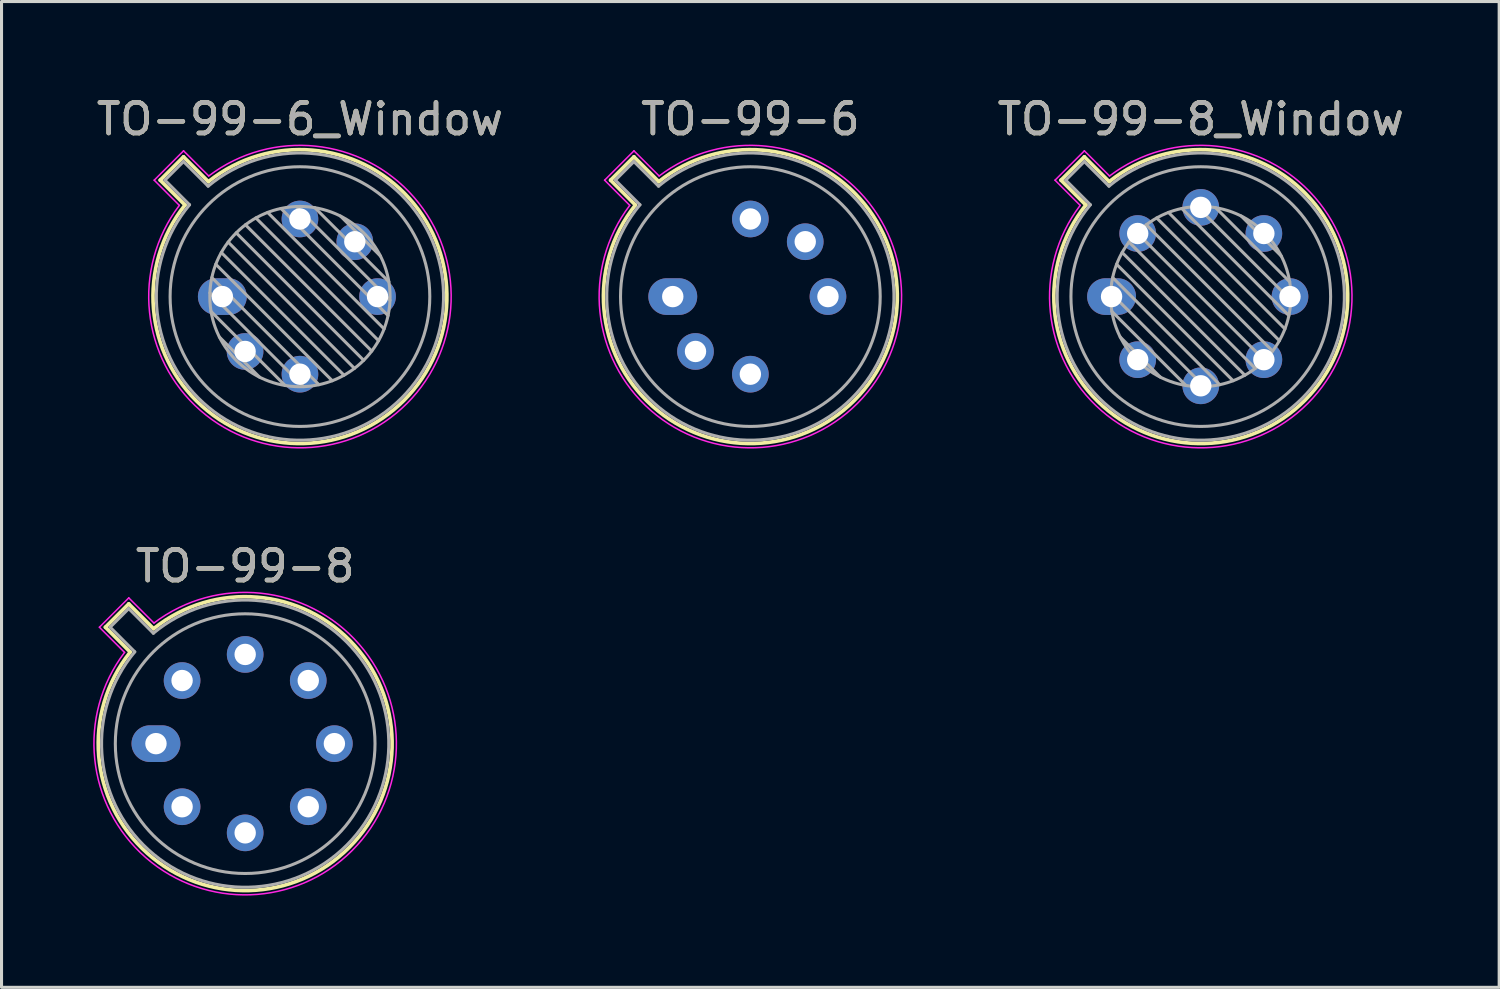
<source format=kicad_pcb>
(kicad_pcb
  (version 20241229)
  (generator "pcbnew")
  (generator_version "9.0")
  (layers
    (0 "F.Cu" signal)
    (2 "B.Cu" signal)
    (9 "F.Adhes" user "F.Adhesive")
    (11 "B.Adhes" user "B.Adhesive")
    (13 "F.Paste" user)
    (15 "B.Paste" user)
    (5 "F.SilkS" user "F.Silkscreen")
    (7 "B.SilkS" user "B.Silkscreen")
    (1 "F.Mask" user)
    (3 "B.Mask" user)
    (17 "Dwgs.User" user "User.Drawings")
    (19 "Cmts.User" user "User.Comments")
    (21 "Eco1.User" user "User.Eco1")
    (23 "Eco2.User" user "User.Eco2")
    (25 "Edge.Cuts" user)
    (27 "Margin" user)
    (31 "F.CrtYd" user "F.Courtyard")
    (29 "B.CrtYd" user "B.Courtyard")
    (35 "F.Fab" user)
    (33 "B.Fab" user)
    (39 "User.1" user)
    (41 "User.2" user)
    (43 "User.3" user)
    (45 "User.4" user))
  (footprint "TO-99-8_Window"
    (layer "F.Cu")
    (at 33.334 6.658)
    (property "Reference" "TO-99-8_Window" (at 2.92 -5.81 0) (layer "F.SilkS") (effects (font (size 1 1) (thickness 0.15))))
    (attr through_hole)
    (fp_line (start -1.655 -3.811) (end -0.842 -2.998) (stroke (width 0.12) (type solid)) (layer "F.SilkS"))
    (fp_line (start -0.891 -4.575) (end -1.655 -3.811) (stroke (width 0.12) (type solid)) (layer "F.SilkS"))
    (fp_line (start -0.078 -3.762) (end -0.891 -4.575) (stroke (width 0.12) (type solid)) (layer "F.SilkS"))
    (fp_arc (start -0.077844 -3.76152) (mid 6.321184 3.401184) (end -0.84152 -2.997844) (stroke (width 0.12) (type solid)) (layer "F.SilkS"))
    (fp_line (start -1.851 -3.81) (end -1.028 -2.986) (stroke (width 0.05) (type solid)) (layer "F.CrtYd"))
    (fp_line (start -0.89 -4.771) (end -1.851 -3.81) (stroke (width 0.05) (type solid)) (layer "F.CrtYd"))
    (fp_line (start -0.066 -3.948) (end -0.89 -4.771) (stroke (width 0.05) (type solid)) (layer "F.CrtYd"))
    (fp_arc (start -0.066162 -3.947827) (mid 6.420179 3.500179) (end -1.027827 -2.986162) (stroke (width 0.05) (type solid)) (layer "F.CrtYd"))
    (fp_line (start -1.5 -3.812) (end -0.694 -3.005) (stroke (width 0.1) (type solid)) (layer "F.Fab"))
    (fp_line (start -0.892 -4.42) (end -1.5 -3.812) (stroke (width 0.1) (type solid)) (layer "F.Fab"))
    (fp_line (start -0.085 -3.614) (end -0.892 -4.42) (stroke (width 0.1) (type solid)) (layer "F.Fab"))
    (fp_line (start -0.028 -0.12) (end 3.04 2.948) (stroke (width 0.1) (type solid)) (layer "F.Fab"))
    (fp_line (start 0.009 0.485) (end 2.435 2.911) (stroke (width 0.1) (type solid)) (layer "F.Fab"))
    (fp_line (start 0.036 -0.622) (end 3.542 2.884) (stroke (width 0.1) (type solid)) (layer "F.Fab"))
    (fp_line (start 0.165 -1.058) (end 3.978 2.755) (stroke (width 0.1) (type solid)) (layer "F.Fab"))
    (fp_line (start 0.283 1.324) (end 1.596 2.637) (stroke (width 0.1) (type solid)) (layer "F.Fab"))
    (fp_line (start 0.346 -1.443) (end 4.363 2.574) (stroke (width 0.1) (type solid)) (layer "F.Fab"))
    (fp_line (start 0.57 -1.784) (end 4.704 2.35) (stroke (width 0.1) (type solid)) (layer "F.Fab"))
    (fp_line (start 0.834 -2.086) (end 5.006 2.086) (stroke (width 0.1) (type solid)) (layer "F.Fab"))
    (fp_line (start 1.136 -2.35) (end 5.27 1.784) (stroke (width 0.1) (type solid)) (layer "F.Fab"))
    (fp_line (start 1.477 -2.574) (end 5.494 1.443) (stroke (width 0.1) (type solid)) (layer "F.Fab"))
    (fp_line (start 1.862 -2.755) (end 5.675 1.058) (stroke (width 0.1) (type solid)) (layer "F.Fab"))
    (fp_line (start 2.298 -2.884) (end 5.804 0.622) (stroke (width 0.1) (type solid)) (layer "F.Fab"))
    (fp_line (start 2.8 -2.948) (end 5.868 0.12) (stroke (width 0.1) (type solid)) (layer "F.Fab"))
    (fp_line (start 3.405 -2.911) (end 5.831 -0.485) (stroke (width 0.1) (type solid)) (layer "F.Fab"))
    (fp_line (start 4.244 -2.637) (end 5.557 -1.324) (stroke (width 0.1) (type solid)) (layer "F.Fab"))
    (fp_arc (start -0.085408 -3.61352) (mid 6.243402 3.323402) (end -0.69352 -3.005408) (stroke (width 0.1) (type solid)) (layer "F.Fab"))
    (fp_circle (center 2.92 0) (end 5.87 0) (stroke (width 0.1) (type solid)) (fill no) (layer "F.Fab"))
    (fp_circle (center 2.92 0) (end 7.17 0) (stroke (width 0.1) (type solid)) (fill no) (layer "F.Fab"))
    (fp_text user "${REFERENCE}" (at 2.92 -5.81 0) (layer "F.Fab") (effects (font (size 1 1) (thickness 0.15))))
    (pad "1" thru_hole oval (at 0 0) (size 1.6 1.2) (drill 0.7) (layers "*.Cu" "*.Mask"))
    (pad "2" thru_hole circle (at 0.855 2.065) (size 1.2 1.2) (drill 0.7) (layers "*.Cu" "*.Mask"))
    (pad "3" thru_hole circle (at 2.92 2.92) (size 1.2 1.2) (drill 0.7) (layers "*.Cu" "*.Mask"))
    (pad "4" thru_hole circle (at 4.985 2.065) (size 1.2 1.2) (drill 0.7) (layers "*.Cu" "*.Mask"))
    (pad "5" thru_hole circle (at 5.84 0) (size 1.2 1.2) (drill 0.7) (layers "*.Cu" "*.Mask"))
    (pad "6" thru_hole circle (at 4.985 -2.065) (size 1.2 1.2) (drill 0.7) (layers "*.Cu" "*.Mask"))
    (pad "7" thru_hole circle (at 2.92 -2.92) (size 1.2 1.2) (drill 0.7) (layers "*.Cu" "*.Mask"))
    (pad "8" thru_hole circle (at 0.855 -2.065) (size 1.2 1.2) (drill 0.7) (layers "*.Cu" "*.Mask")))
  (footprint "TO-99-6"
    (layer "F.Cu")
    (at 18.971 6.658)
    (property "Reference" "TO-99-6" (at 2.54 -5.81 0) (layer "F.SilkS") (effects (font (size 1 1) (thickness 0.15))))
    (attr through_hole)
    (fp_line (start -2.035 -3.811) (end -1.222 -2.998) (stroke (width 0.12) (type solid)) (layer "F.SilkS"))
    (fp_line (start -1.271 -4.575) (end -2.035 -3.811) (stroke (width 0.12) (type solid)) (layer "F.SilkS"))
    (fp_line (start -0.458 -3.762) (end -1.271 -4.575) (stroke (width 0.12) (type solid)) (layer "F.SilkS"))
    (fp_arc (start -0.457844 -3.76152) (mid 5.941184 3.401184) (end -1.22152 -2.997844) (stroke (width 0.12) (type solid)) (layer "F.SilkS"))
    (fp_line (start -2.231 -3.81) (end -1.408 -2.986) (stroke (width 0.05) (type solid)) (layer "F.CrtYd"))
    (fp_line (start -1.27 -4.771) (end -2.231 -3.81) (stroke (width 0.05) (type solid)) (layer "F.CrtYd"))
    (fp_line (start -0.446 -3.948) (end -1.27 -4.771) (stroke (width 0.05) (type solid)) (layer "F.CrtYd"))
    (fp_arc (start -0.446162 -3.947827) (mid 6.040179 3.500179) (end -1.407827 -2.986162) (stroke (width 0.05) (type solid)) (layer "F.CrtYd"))
    (fp_line (start -1.88 -3.812) (end -1.074 -3.005) (stroke (width 0.1) (type solid)) (layer "F.Fab"))
    (fp_line (start -1.272 -4.42) (end -1.88 -3.812) (stroke (width 0.1) (type solid)) (layer "F.Fab"))
    (fp_line (start -0.465 -3.614) (end -1.272 -4.42) (stroke (width 0.1) (type solid)) (layer "F.Fab"))
    (fp_arc (start -0.465408 -3.61352) (mid 5.863402 3.323402) (end -1.07352 -3.005408) (stroke (width 0.1) (type solid)) (layer "F.Fab"))
    (fp_circle (center 2.54 0) (end 6.79 0) (stroke (width 0.1) (type solid)) (fill no) (layer "F.Fab"))
    (fp_text user "${REFERENCE}" (at 2.54 -5.81 0) (layer "F.Fab") (effects (font (size 1 1) (thickness 0.15))))
    (pad "1" thru_hole oval (at 0 0) (size 1.6 1.2) (drill 0.7) (layers "*.Cu" "*.Mask"))
    (pad "2" thru_hole circle (at 0.744 1.796) (size 1.2 1.2) (drill 0.7) (layers "*.Cu" "*.Mask"))
    (pad "3" thru_hole circle (at 2.54 2.54) (size 1.2 1.2) (drill 0.7) (layers "*.Cu" "*.Mask"))
    (pad "4" thru_hole circle (at 5.08 0) (size 1.2 1.2) (drill 0.7) (layers "*.Cu" "*.Mask"))
    (pad "5" thru_hole circle (at 4.336 -1.796) (size 1.2 1.2) (drill 0.7) (layers "*.Cu" "*.Mask"))
    (pad "6" thru_hole circle (at 2.54 -2.54) (size 1.2 1.2) (drill 0.7) (layers "*.Cu" "*.Mask")))
  (footprint "TO-99-6_Window"
    (layer "F.Cu")
    (at 4.228 6.658)
    (property "Reference" "TO-99-6_Window" (at 2.54 -5.81 0) (layer "F.SilkS") (effects (font (size 1 1) (thickness 0.15))))
    (attr through_hole)
    (fp_line (start -2.035 -3.811) (end -1.222 -2.998) (stroke (width 0.12) (type solid)) (layer "F.SilkS"))
    (fp_line (start -1.271 -4.575) (end -2.035 -3.811) (stroke (width 0.12) (type solid)) (layer "F.SilkS"))
    (fp_line (start -0.458 -3.762) (end -1.271 -4.575) (stroke (width 0.12) (type solid)) (layer "F.SilkS"))
    (fp_arc (start -0.457844 -3.76152) (mid 5.941184 3.401184) (end -1.22152 -2.997844) (stroke (width 0.12) (type solid)) (layer "F.SilkS"))
    (fp_line (start -2.231 -3.81) (end -1.408 -2.986) (stroke (width 0.05) (type solid)) (layer "F.CrtYd"))
    (fp_line (start -1.27 -4.771) (end -2.231 -3.81) (stroke (width 0.05) (type solid)) (layer "F.CrtYd"))
    (fp_line (start -0.446 -3.948) (end -1.27 -4.771) (stroke (width 0.05) (type solid)) (layer "F.CrtYd"))
    (fp_arc (start -0.446162 -3.947827) (mid 6.040179 3.500179) (end -1.407827 -2.986162) (stroke (width 0.05) (type solid)) (layer "F.CrtYd"))
    (fp_line (start -1.88 -3.812) (end -1.074 -3.005) (stroke (width 0.1) (type solid)) (layer "F.Fab"))
    (fp_line (start -1.272 -4.42) (end -1.88 -3.812) (stroke (width 0.1) (type solid)) (layer "F.Fab"))
    (fp_line (start -0.465 -3.614) (end -1.272 -4.42) (stroke (width 0.1) (type solid)) (layer "F.Fab"))
    (fp_line (start -0.408 -0.12) (end 2.66 2.948) (stroke (width 0.1) (type solid)) (layer "F.Fab"))
    (fp_line (start -0.371 0.485) (end 2.055 2.911) (stroke (width 0.1) (type solid)) (layer "F.Fab"))
    (fp_line (start -0.344 -0.622) (end 3.162 2.884) (stroke (width 0.1) (type solid)) (layer "F.Fab"))
    (fp_line (start -0.215 -1.058) (end 3.598 2.755) (stroke (width 0.1) (type solid)) (layer "F.Fab"))
    (fp_line (start -0.097 1.324) (end 1.216 2.637) (stroke (width 0.1) (type solid)) (layer "F.Fab"))
    (fp_line (start -0.034 -1.443) (end 3.983 2.574) (stroke (width 0.1) (type solid)) (layer "F.Fab"))
    (fp_line (start 0.19 -1.784) (end 4.324 2.35) (stroke (width 0.1) (type solid)) (layer "F.Fab"))
    (fp_line (start 0.454 -2.086) (end 4.626 2.086) (stroke (width 0.1) (type solid)) (layer "F.Fab"))
    (fp_line (start 0.756 -2.35) (end 4.89 1.784) (stroke (width 0.1) (type solid)) (layer "F.Fab"))
    (fp_line (start 1.097 -2.574) (end 5.114 1.443) (stroke (width 0.1) (type solid)) (layer "F.Fab"))
    (fp_line (start 1.482 -2.755) (end 5.295 1.058) (stroke (width 0.1) (type solid)) (layer "F.Fab"))
    (fp_line (start 1.918 -2.884) (end 5.424 0.622) (stroke (width 0.1) (type solid)) (layer "F.Fab"))
    (fp_line (start 2.42 -2.948) (end 5.488 0.12) (stroke (width 0.1) (type solid)) (layer "F.Fab"))
    (fp_line (start 3.025 -2.911) (end 5.451 -0.485) (stroke (width 0.1) (type solid)) (layer "F.Fab"))
    (fp_line (start 3.864 -2.637) (end 5.177 -1.324) (stroke (width 0.1) (type solid)) (layer "F.Fab"))
    (fp_arc (start -0.465408 -3.61352) (mid 5.863402 3.323402) (end -1.07352 -3.005408) (stroke (width 0.1) (type solid)) (layer "F.Fab"))
    (fp_circle (center 2.54 0) (end 5.49 0) (stroke (width 0.1) (type solid)) (fill no) (layer "F.Fab"))
    (fp_circle (center 2.54 0) (end 6.79 0) (stroke (width 0.1) (type solid)) (fill no) (layer "F.Fab"))
    (fp_text user "${REFERENCE}" (at 2.54 -5.81 0) (layer "F.Fab") (effects (font (size 1 1) (thickness 0.15))))
    (pad "1" thru_hole oval (at 0 0) (size 1.6 1.2) (drill 0.7) (layers "*.Cu" "*.Mask"))
    (pad "2" thru_hole circle (at 0.744 1.796) (size 1.2 1.2) (drill 0.7) (layers "*.Cu" "*.Mask"))
    (pad "3" thru_hole circle (at 2.54 2.54) (size 1.2 1.2) (drill 0.7) (layers "*.Cu" "*.Mask"))
    (pad "4" thru_hole circle (at 5.08 0) (size 1.2 1.2) (drill 0.7) (layers "*.Cu" "*.Mask"))
    (pad "5" thru_hole circle (at 4.336 -1.796) (size 1.2 1.2) (drill 0.7) (layers "*.Cu" "*.Mask"))
    (pad "6" thru_hole circle (at 2.54 -2.54) (size 1.2 1.2) (drill 0.7) (layers "*.Cu" "*.Mask")))
  (footprint "TO-99-8"
    (layer "F.Cu")
    (at 2.055 21.291)
    (property "Reference" "TO-99-8" (at 2.92 -5.81 0) (layer "F.SilkS") (effects (font (size 1 1) (thickness 0.15))))
    (attr through_hole)
    (fp_line (start -1.655 -3.811) (end -0.842 -2.998) (stroke (width 0.12) (type solid)) (layer "F.SilkS"))
    (fp_line (start -0.891 -4.575) (end -1.655 -3.811) (stroke (width 0.12) (type solid)) (layer "F.SilkS"))
    (fp_line (start -0.078 -3.762) (end -0.891 -4.575) (stroke (width 0.12) (type solid)) (layer "F.SilkS"))
    (fp_arc (start -0.077844 -3.76152) (mid 6.321184 3.401184) (end -0.84152 -2.997844) (stroke (width 0.12) (type solid)) (layer "F.SilkS"))
    (fp_line (start -1.851 -3.81) (end -1.028 -2.986) (stroke (width 0.05) (type solid)) (layer "F.CrtYd"))
    (fp_line (start -0.89 -4.771) (end -1.851 -3.81) (stroke (width 0.05) (type solid)) (layer "F.CrtYd"))
    (fp_line (start -0.066 -3.948) (end -0.89 -4.771) (stroke (width 0.05) (type solid)) (layer "F.CrtYd"))
    (fp_arc (start -0.066162 -3.947827) (mid 6.420179 3.500179) (end -1.027827 -2.986162) (stroke (width 0.05) (type solid)) (layer "F.CrtYd"))
    (fp_line (start -1.5 -3.812) (end -0.694 -3.005) (stroke (width 0.1) (type solid)) (layer "F.Fab"))
    (fp_line (start -0.892 -4.42) (end -1.5 -3.812) (stroke (width 0.1) (type solid)) (layer "F.Fab"))
    (fp_line (start -0.085 -3.614) (end -0.892 -4.42) (stroke (width 0.1) (type solid)) (layer "F.Fab"))
    (fp_arc (start -0.085408 -3.61352) (mid 6.243402 3.323402) (end -0.69352 -3.005408) (stroke (width 0.1) (type solid)) (layer "F.Fab"))
    (fp_circle (center 2.92 0) (end 7.17 0) (stroke (width 0.1) (type solid)) (fill no) (layer "F.Fab"))
    (fp_text user "${REFERENCE}" (at 2.92 -5.81 0) (layer "F.Fab") (effects (font (size 1 1) (thickness 0.15))))
    (pad "1" thru_hole oval (at 0 0) (size 1.6 1.2) (drill 0.7) (layers "*.Cu" "*.Mask"))
    (pad "2" thru_hole circle (at 0.855 2.065) (size 1.2 1.2) (drill 0.7) (layers "*.Cu" "*.Mask"))
    (pad "3" thru_hole circle (at 2.92 2.92) (size 1.2 1.2) (drill 0.7) (layers "*.Cu" "*.Mask"))
    (pad "4" thru_hole circle (at 4.985 2.065) (size 1.2 1.2) (drill 0.7) (layers "*.Cu" "*.Mask"))
    (pad "5" thru_hole circle (at 5.84 0) (size 1.2 1.2) (drill 0.7) (layers "*.Cu" "*.Mask"))
    (pad "6" thru_hole circle (at 4.985 -2.065) (size 1.2 1.2) (drill 0.7) (layers "*.Cu" "*.Mask"))
    (pad "7" thru_hole circle (at 2.92 -2.92) (size 1.2 1.2) (drill 0.7) (layers "*.Cu" "*.Mask"))
    (pad "8" thru_hole circle (at 0.855 -2.065) (size 1.2 1.2) (drill 0.7) (layers "*.Cu" "*.Mask")))
  (gr_rect
    (start -3 -3)
    (end 46.021 29.267)
    (stroke (width 0.1) (type default))
    (fill no)
    (layer "Edge.Cuts")))
</source>
